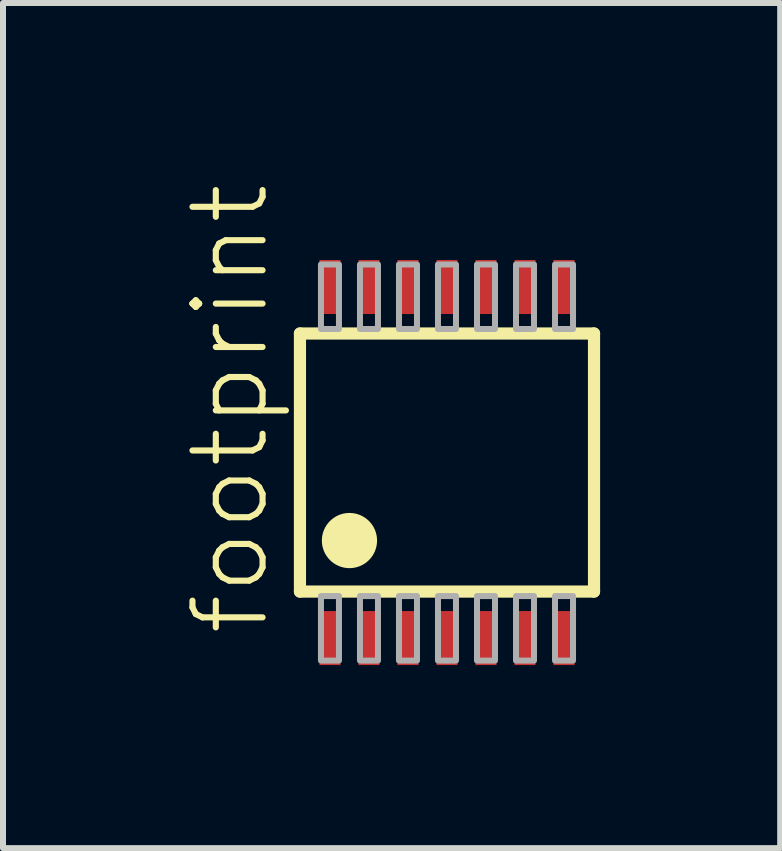
<source format=kicad_pcb>
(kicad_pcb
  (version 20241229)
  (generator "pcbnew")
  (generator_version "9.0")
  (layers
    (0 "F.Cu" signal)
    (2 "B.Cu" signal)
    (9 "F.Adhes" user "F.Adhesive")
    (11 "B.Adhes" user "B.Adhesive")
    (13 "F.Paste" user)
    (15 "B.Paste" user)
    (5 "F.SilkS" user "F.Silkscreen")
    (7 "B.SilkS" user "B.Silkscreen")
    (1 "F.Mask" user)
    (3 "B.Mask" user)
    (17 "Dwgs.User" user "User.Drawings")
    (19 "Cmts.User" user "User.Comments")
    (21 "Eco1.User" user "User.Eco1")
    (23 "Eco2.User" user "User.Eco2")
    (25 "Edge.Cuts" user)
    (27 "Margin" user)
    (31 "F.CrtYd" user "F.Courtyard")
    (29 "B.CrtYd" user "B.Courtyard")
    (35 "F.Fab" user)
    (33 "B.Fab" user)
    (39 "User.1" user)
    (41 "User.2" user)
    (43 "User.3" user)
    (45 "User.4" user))
  (footprint "footprint"
    (layer "F.Cu")
    (at 4.398 4.657)
    (property "Reference" "footprint" (at -2.925 2.925 90) (layer "F.SilkS") (effects (font (size 1.168 1.168) (thickness 0.102)) (justify left bottom)))
    (fp_poly (pts (xy -2.175 3.425) (xy -1.725 3.425) (xy -1.725 2.425) (xy -2.175 2.425)) (stroke (width 0) (type solid)) (fill yes) (layer "F.Mask"))
    (fp_poly (pts (xy -1.725 -3.425) (xy -2.175 -3.425) (xy -2.175 -2.425) (xy -1.725 -2.425)) (stroke (width 0) (type solid)) (fill yes) (layer "F.Mask"))
    (fp_poly (pts (xy -1.525 3.425) (xy -1.075 3.425) (xy -1.075 2.425) (xy -1.525 2.425)) (stroke (width 0) (type solid)) (fill yes) (layer "F.Mask"))
    (fp_poly (pts (xy -1.075 -3.425) (xy -1.525 -3.425) (xy -1.525 -2.425) (xy -1.075 -2.425)) (stroke (width 0) (type solid)) (fill yes) (layer "F.Mask"))
    (fp_poly (pts (xy -0.875 3.425) (xy -0.425 3.425) (xy -0.425 2.425) (xy -0.875 2.425)) (stroke (width 0) (type solid)) (fill yes) (layer "F.Mask"))
    (fp_poly (pts (xy -0.425 -3.425) (xy -0.875 -3.425) (xy -0.875 -2.425) (xy -0.425 -2.425)) (stroke (width 0) (type solid)) (fill yes) (layer "F.Mask"))
    (fp_poly (pts (xy -0.225 3.425) (xy 0.225 3.425) (xy 0.225 2.425) (xy -0.225 2.425)) (stroke (width 0) (type solid)) (fill yes) (layer "F.Mask"))
    (fp_poly (pts (xy 0.225 -3.425) (xy -0.225 -3.425) (xy -0.225 -2.425) (xy 0.225 -2.425)) (stroke (width 0) (type solid)) (fill yes) (layer "F.Mask"))
    (fp_poly (pts (xy 0.425 3.425) (xy 0.875 3.425) (xy 0.875 2.425) (xy 0.425 2.425)) (stroke (width 0) (type solid)) (fill yes) (layer "F.Mask"))
    (fp_poly (pts (xy 0.875 -3.425) (xy 0.425 -3.425) (xy 0.425 -2.425) (xy 0.875 -2.425)) (stroke (width 0) (type solid)) (fill yes) (layer "F.Mask"))
    (fp_poly (pts (xy 1.075 3.425) (xy 1.525 3.425) (xy 1.525 2.425) (xy 1.075 2.425)) (stroke (width 0) (type solid)) (fill yes) (layer "F.Mask"))
    (fp_poly (pts (xy 1.525 -3.425) (xy 1.075 -3.425) (xy 1.075 -2.425) (xy 1.525 -2.425)) (stroke (width 0) (type solid)) (fill yes) (layer "F.Mask"))
    (fp_poly (pts (xy 1.725 3.425) (xy 2.175 3.425) (xy 2.175 2.425) (xy 1.725 2.425)) (stroke (width 0) (type solid)) (fill yes) (layer "F.Mask"))
    (fp_poly (pts (xy 2.175 -3.425) (xy 1.725 -3.425) (xy 1.725 -2.425) (xy 2.175 -2.425)) (stroke (width 0) (type solid)) (fill yes) (layer "F.Mask"))
    (fp_line (start -2.45 -2.15) (end 2.45 -2.15) (stroke (width 0.203) (type solid)) (layer "F.SilkS"))
    (fp_line (start -2.45 2.15) (end -2.45 -2.15) (stroke (width 0.203) (type solid)) (layer "F.SilkS"))
    (fp_line (start 2.45 -2.15) (end 2.45 2.15) (stroke (width 0.203) (type solid)) (layer "F.SilkS"))
    (fp_line (start 2.45 2.15) (end -2.45 2.15) (stroke (width 0.203) (type solid)) (layer "F.SilkS"))
    (fp_circle (center -1.625 1.3) (end -1.395 1.3) (stroke (width 0.46) (type solid)) (fill yes) (layer "F.SilkS"))
    (fp_poly (pts (xy -2.1 3.3) (xy -1.8 3.3) (xy -1.8 2.225) (xy -2.1 2.225)) (stroke (width 0.1) (type solid)) (fill no) (layer "F.Fab"))
    (fp_poly (pts (xy -1.8 -3.3) (xy -2.1 -3.3) (xy -2.1 -2.225) (xy -1.8 -2.225)) (stroke (width 0.1) (type solid)) (fill no) (layer "F.Fab"))
    (fp_poly (pts (xy -1.45 3.3) (xy -1.15 3.3) (xy -1.15 2.225) (xy -1.45 2.225)) (stroke (width 0.1) (type solid)) (fill no) (layer "F.Fab"))
    (fp_poly (pts (xy -1.15 -3.3) (xy -1.45 -3.3) (xy -1.45 -2.225) (xy -1.15 -2.225)) (stroke (width 0.1) (type solid)) (fill no) (layer "F.Fab"))
    (fp_poly (pts (xy -0.8 3.3) (xy -0.5 3.3) (xy -0.5 2.225) (xy -0.8 2.225)) (stroke (width 0.1) (type solid)) (fill no) (layer "F.Fab"))
    (fp_poly (pts (xy -0.5 -3.3) (xy -0.8 -3.3) (xy -0.8 -2.225) (xy -0.5 -2.225)) (stroke (width 0.1) (type solid)) (fill no) (layer "F.Fab"))
    (fp_poly (pts (xy -0.15 3.3) (xy 0.15 3.3) (xy 0.15 2.225) (xy -0.15 2.225)) (stroke (width 0.1) (type solid)) (fill no) (layer "F.Fab"))
    (fp_poly (pts (xy 0.15 -3.3) (xy -0.15 -3.3) (xy -0.15 -2.225) (xy 0.15 -2.225)) (stroke (width 0.1) (type solid)) (fill no) (layer "F.Fab"))
    (fp_poly (pts (xy 0.5 3.3) (xy 0.8 3.3) (xy 0.8 2.225) (xy 0.5 2.225)) (stroke (width 0.1) (type solid)) (fill no) (layer "F.Fab"))
    (fp_poly (pts (xy 0.8 -3.3) (xy 0.5 -3.3) (xy 0.5 -2.225) (xy 0.8 -2.225)) (stroke (width 0.1) (type solid)) (fill no) (layer "F.Fab"))
    (fp_poly (pts (xy 1.15 3.3) (xy 1.45 3.3) (xy 1.45 2.225) (xy 1.15 2.225)) (stroke (width 0.1) (type solid)) (fill no) (layer "F.Fab"))
    (fp_poly (pts (xy 1.45 -3.3) (xy 1.15 -3.3) (xy 1.15 -2.225) (xy 1.45 -2.225)) (stroke (width 0.1) (type solid)) (fill no) (layer "F.Fab"))
    (fp_poly (pts (xy 1.8 3.3) (xy 2.1 3.3) (xy 2.1 2.225) (xy 1.8 2.225)) (stroke (width 0.1) (type solid)) (fill no) (layer "F.Fab"))
    (fp_poly (pts (xy 2.1 -3.3) (xy 1.8 -3.3) (xy 1.8 -2.225) (xy 2.1 -2.225)) (stroke (width 0.1) (type solid)) (fill no) (layer "F.Fab"))
    (pad "1" smd rect (at -1.95 2.925) (size 0.35 0.9) (layers "F.Cu" "F.Paste"))
    (pad "2" smd rect (at -1.3 2.925) (size 0.35 0.9) (layers "F.Cu" "F.Paste"))
    (pad "3" smd rect (at -0.65 2.925) (size 0.35 0.9) (layers "F.Cu" "F.Paste"))
    (pad "4" smd rect (at 0 2.925) (size 0.35 0.9) (layers "F.Cu" "F.Paste"))
    (pad "5" smd rect (at 0.65 2.925) (size 0.35 0.9) (layers "F.Cu" "F.Paste"))
    (pad "6" smd rect (at 1.3 2.925) (size 0.35 0.9) (layers "F.Cu" "F.Paste"))
    (pad "7" smd rect (at 1.95 2.925) (size 0.35 0.9) (layers "F.Cu" "F.Paste"))
    (pad "8" smd rect (at 1.95 -2.925 180) (size 0.35 0.9) (layers "F.Cu" "F.Paste"))
    (pad "9" smd rect (at 1.3 -2.925 180) (size 0.35 0.9) (layers "F.Cu" "F.Paste"))
    (pad "10" smd rect (at 0.65 -2.925 180) (size 0.35 0.9) (layers "F.Cu" "F.Paste"))
    (pad "11" smd rect (at 0 -2.925 180) (size 0.35 0.9) (layers "F.Cu" "F.Paste"))
    (pad "12" smd rect (at -0.65 -2.925 180) (size 0.35 0.9) (layers "F.Cu" "F.Paste"))
    (pad "13" smd rect (at -1.3 -2.925 180) (size 0.35 0.9) (layers "F.Cu" "F.Paste"))
    (pad "14" smd rect (at -1.95 -2.925 180) (size 0.35 0.9) (layers "F.Cu" "F.Paste")))
  (gr_rect
    (start -3 -3)
    (end 9.95 11.082)
    (stroke (width 0.1) (type default))
    (fill no)
    (layer "Edge.Cuts")))
</source>
